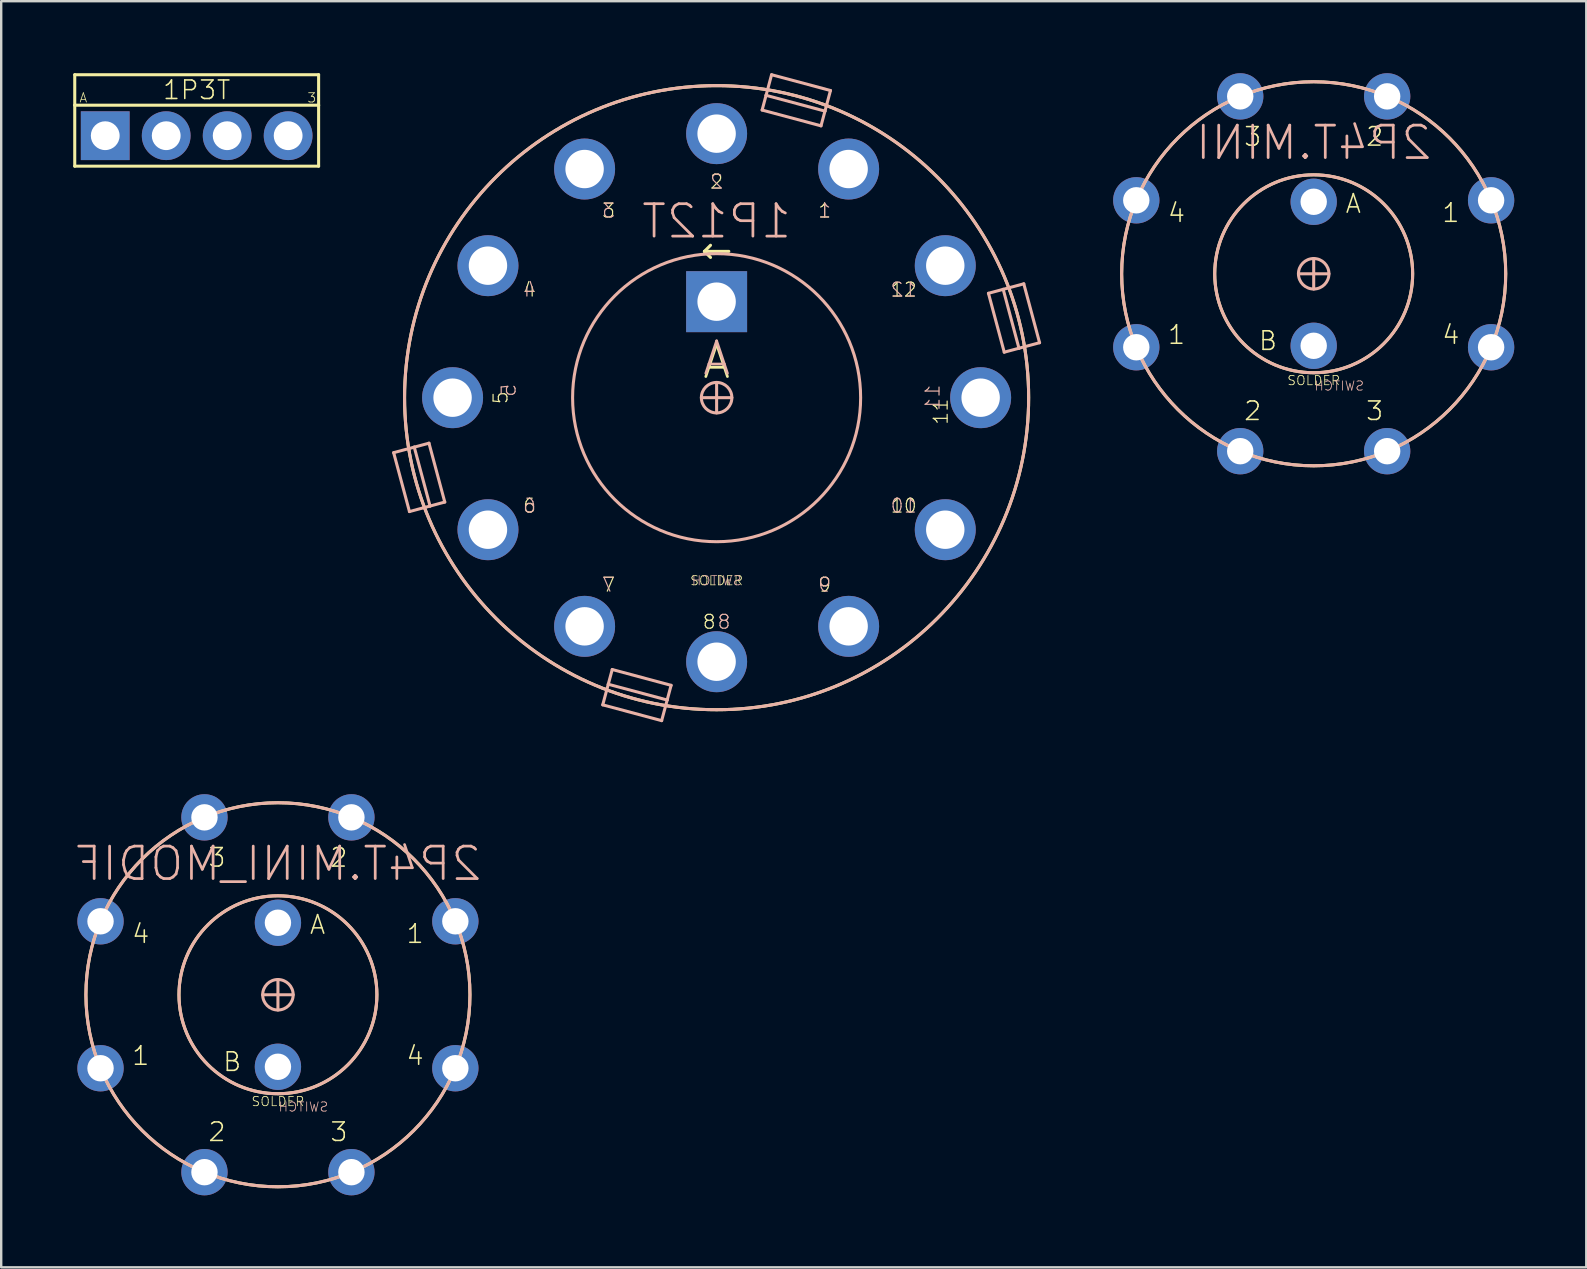
<source format=kicad_pcb>
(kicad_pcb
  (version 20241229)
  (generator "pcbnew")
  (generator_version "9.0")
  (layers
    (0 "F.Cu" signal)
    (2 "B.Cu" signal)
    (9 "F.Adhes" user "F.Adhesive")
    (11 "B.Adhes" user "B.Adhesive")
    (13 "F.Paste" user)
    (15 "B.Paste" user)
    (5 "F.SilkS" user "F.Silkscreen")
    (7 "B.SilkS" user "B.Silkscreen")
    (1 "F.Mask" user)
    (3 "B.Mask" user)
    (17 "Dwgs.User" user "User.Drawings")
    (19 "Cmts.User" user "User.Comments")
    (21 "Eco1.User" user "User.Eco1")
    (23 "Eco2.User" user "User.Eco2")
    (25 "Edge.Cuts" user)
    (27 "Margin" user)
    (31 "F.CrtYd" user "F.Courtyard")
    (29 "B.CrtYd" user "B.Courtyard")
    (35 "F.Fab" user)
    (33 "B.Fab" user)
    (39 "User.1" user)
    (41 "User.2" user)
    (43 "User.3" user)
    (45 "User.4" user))
  (footprint "2P4T.MINI_MODIF"
    (layer "F.Cu")
    (at 8.529 38.393)
    (property "Reference" "2P4T.MINI_MODIF" (at 0 -5.461 0) (layer "B.SilkS") (effects (font (size 1.351 1.351) (thickness 0.114)) (justify mirror)))
    (attr through_hole)
    (fp_circle (center 0 0) (end 4.123 0) (stroke (width 0.127) (type solid)) (fill no) (layer "F.SilkS"))
    (fp_circle (center 0 0) (end 8 0) (stroke (width 0.127) (type solid)) (fill no) (layer "F.SilkS"))
    (fp_line (start -0.635 0) (end 0.635 0) (stroke (width 0.127) (type solid)) (layer "B.SilkS"))
    (fp_line (start 0 -0.635) (end 0 0.635) (stroke (width 0.127) (type solid)) (layer "B.SilkS"))
    (fp_circle (center 0 0) (end 0.635 0) (stroke (width 0.127) (type solid)) (fill no) (layer "B.SilkS"))
    (fp_circle (center 0 0) (end 4.123 0) (stroke (width 0.127) (type solid)) (fill no) (layer "B.SilkS"))
    (fp_circle (center 0 0) (end 8 0) (stroke (width 0.127) (type solid)) (fill no) (layer "B.SilkS"))
    (fp_text user "2" (at 2.54 -5.715 0) (layer "F.SilkS") (effects (font (size 0.772 0.772) (thickness 0.065))))
    (fp_text user "B" (at -1.905 2.794 0) (layer "F.SilkS") (effects (font (size 0.772 0.772) (thickness 0.065))))
    (fp_text user "2" (at -2.54 5.715 0) (layer "F.SilkS") (effects (font (size 0.772 0.772) (thickness 0.065))))
    (fp_text user "4" (at 5.715 2.54 0) (layer "F.SilkS") (effects (font (size 0.772 0.772) (thickness 0.065))))
    (fp_text user "3" (at 2.54 5.715 0) (layer "F.SilkS") (effects (font (size 0.772 0.772) (thickness 0.065))))
    (fp_text user "3" (at -2.54 -5.715 0) (layer "F.SilkS") (effects (font (size 0.772 0.772) (thickness 0.065))))
    (fp_text user "1" (at -5.715 2.54 0) (layer "F.SilkS") (effects (font (size 0.772 0.772) (thickness 0.065))))
    (fp_text user "1" (at 5.715 -2.54 0) (layer "F.SilkS") (effects (font (size 0.772 0.772) (thickness 0.065))))
    (fp_text user "4" (at -5.715 -2.54 0) (layer "F.SilkS") (effects (font (size 0.772 0.772) (thickness 0.065))))
    (fp_text user "SOLDER" (at 0 4.445 0) (layer "F.SilkS") (effects (font (size 0.386 0.386) (thickness 0.033))))
    (fp_text user "A" (at 1.651 -2.921 0) (layer "F.SilkS") (effects (font (size 0.772 0.772) (thickness 0.065))))
    (fp_text user "SWITCH" (at 0 4.445 0) (layer "B.SilkS") (effects (font (size 0.386 0.386) (thickness 0.033)) (justify right top mirror)))
    (pad "1" thru_hole oval (at 0 -3) (size 1.93 1.93) (drill 1.1) (layers "*.Cu" "*.Mask"))
    (pad "2" thru_hole oval (at 7.391 -3.061 22.5) (size 1.93 1.93) (drill 1.1) (layers "*.Cu" "*.Mask"))
    (pad "3" thru_hole oval (at 3.061 -7.391 337.5) (size 1.93 1.93) (drill 1.1) (layers "*.Cu" "*.Mask"))
    (pad "4" thru_hole oval (at -3.061 -7.391 22.5) (size 1.93 1.93) (drill 1.1) (layers "*.Cu" "*.Mask"))
    (pad "5" thru_hole oval (at -7.391 -3.061 67.5) (size 1.93 1.93) (drill 1.1) (layers "*.Cu" "*.Mask"))
    (pad "6" thru_hole oval (at 0 3) (size 1.93 1.93) (drill 1.1) (layers "*.Cu" "*.Mask"))
    (pad "7" thru_hole oval (at -7.391 3.061 22.5) (size 1.93 1.93) (drill 1.1) (layers "*.Cu" "*.Mask"))
    (pad "8" thru_hole oval (at -3.061 7.391 157.5) (size 1.93 1.93) (drill 1.1) (layers "*.Cu" "*.Mask"))
    (pad "9" thru_hole oval (at 3.061 7.391 22.5) (size 1.93 1.93) (drill 1.1) (layers "*.Cu" "*.Mask"))
    (pad "10" thru_hole oval (at 7.391 3.061 247.5) (size 1.93 1.93) (drill 1.1) (layers "*.Cu" "*.Mask")))
  (footprint "1P3T"
    (layer "F.Cu")
    (at 5.144 2.603)
    (property "Reference" "1P3T" (at 0 -1.905 0) (layer "F.SilkS") (effects (font (size 0.772 0.772) (thickness 0.065))))
    (attr through_hole)
    (fp_line (start -5.08 -2.54) (end 5.08 -2.54) (stroke (width 0.127) (type solid)) (layer "F.SilkS"))
    (fp_line (start -5.08 -1.27) (end -5.08 -2.54) (stroke (width 0.127) (type solid)) (layer "F.SilkS"))
    (fp_line (start -5.08 -1.27) (end 5.08 -1.27) (stroke (width 0.127) (type solid)) (layer "F.SilkS"))
    (fp_line (start -5.08 1.27) (end -5.08 -1.27) (stroke (width 0.127) (type solid)) (layer "F.SilkS"))
    (fp_line (start 5.08 -2.54) (end 5.08 -1.27) (stroke (width 0.127) (type solid)) (layer "F.SilkS"))
    (fp_line (start 5.08 -1.27) (end 5.08 1.27) (stroke (width 0.127) (type solid)) (layer "F.SilkS"))
    (fp_line (start 5.08 1.27) (end -5.08 1.27) (stroke (width 0.127) (type solid)) (layer "F.SilkS"))
    (fp_text user "A" (at -4.723 -1.58 0) (layer "F.SilkS") (effects (font (size 0.386 0.386) (thickness 0.033))))
    (fp_text user "3" (at 4.793 -1.58 0) (layer "F.SilkS") (effects (font (size 0.386 0.386) (thickness 0.033))))
    (pad "1" thru_hole oval (at -1.27 0) (size 2.032 2.032) (drill 1.2) (layers "*.Cu" "*.Mask"))
    (pad "2" thru_hole oval (at 1.27 0) (size 2.032 2.032) (drill 1.2) (layers "*.Cu" "*.Mask"))
    (pad "3" thru_hole oval (at 3.81 0) (size 2.032 2.032) (drill 1.2) (layers "*.Cu" "*.Mask"))
    (pad "A" thru_hole rect (at -3.81 0) (size 2.032 2.032) (drill 1.2) (layers "*.Cu" "*.Mask")))
  (footprint "2P4T.MINI"
    (layer "F.Cu")
    (at 51.68 8.356)
    (property "Reference" "2P4T.MINI" (at 0 -5.461 0) (layer "B.SilkS") (effects (font (size 1.351 1.351) (thickness 0.114)) (justify mirror)))
    (attr through_hole)
    (fp_circle (center 0 0) (end 4.123 0) (stroke (width 0.127) (type solid)) (fill no) (layer "F.SilkS"))
    (fp_circle (center 0 0) (end 8 0) (stroke (width 0.127) (type solid)) (fill no) (layer "F.SilkS"))
    (fp_line (start -0.635 0) (end 0.635 0) (stroke (width 0.127) (type solid)) (layer "B.SilkS"))
    (fp_line (start 0 -0.635) (end 0 0.635) (stroke (width 0.127) (type solid)) (layer "B.SilkS"))
    (fp_circle (center 0 0) (end 0.635 0) (stroke (width 0.127) (type solid)) (fill no) (layer "B.SilkS"))
    (fp_circle (center 0 0) (end 4.123 0) (stroke (width 0.127) (type solid)) (fill no) (layer "B.SilkS"))
    (fp_circle (center 0 0) (end 8 0) (stroke (width 0.127) (type solid)) (fill no) (layer "B.SilkS"))
    (fp_text user "1" (at 5.715 -2.54 0) (layer "F.SilkS") (effects (font (size 0.772 0.772) (thickness 0.065))))
    (fp_text user "2" (at 2.54 -5.715 0) (layer "F.SilkS") (effects (font (size 0.772 0.772) (thickness 0.065))))
    (fp_text user "2" (at -2.54 5.715 0) (layer "F.SilkS") (effects (font (size 0.772 0.772) (thickness 0.065))))
    (fp_text user "3" (at -2.54 -5.715 0) (layer "F.SilkS") (effects (font (size 0.772 0.772) (thickness 0.065))))
    (fp_text user "4" (at -5.715 -2.54 0) (layer "F.SilkS") (effects (font (size 0.772 0.772) (thickness 0.065))))
    (fp_text user "SOLDER" (at 0 4.445 0) (layer "F.SilkS") (effects (font (size 0.386 0.386) (thickness 0.033))))
    (fp_text user "3" (at 2.54 5.715 0) (layer "F.SilkS") (effects (font (size 0.772 0.772) (thickness 0.065))))
    (fp_text user "4" (at 5.715 2.54 0) (layer "F.SilkS") (effects (font (size 0.772 0.772) (thickness 0.065))))
    (fp_text user "1" (at -5.715 2.54 0) (layer "F.SilkS") (effects (font (size 0.772 0.772) (thickness 0.065))))
    (fp_text user "B" (at -1.905 2.794 0) (layer "F.SilkS") (effects (font (size 0.772 0.772) (thickness 0.065))))
    (fp_text user "A" (at 1.651 -2.921 0) (layer "F.SilkS") (effects (font (size 0.772 0.772) (thickness 0.065))))
    (fp_text user "SWITCH" (at 0 4.445 0) (layer "B.SilkS") (effects (font (size 0.386 0.386) (thickness 0.033)) (justify right top mirror)))
    (pad "A" thru_hole oval (at 0 -3) (size 1.93 1.93) (drill 1.1) (layers "*.Cu" "*.Mask"))
    (pad "A1" thru_hole oval (at 7.391 -3.061 22.5) (size 1.93 1.93) (drill 1.1) (layers "*.Cu" "*.Mask"))
    (pad "A2" thru_hole oval (at 3.061 -7.391 337.5) (size 1.93 1.93) (drill 1.1) (layers "*.Cu" "*.Mask"))
    (pad "A3" thru_hole oval (at -3.061 -7.391 22.5) (size 1.93 1.93) (drill 1.1) (layers "*.Cu" "*.Mask"))
    (pad "A4" thru_hole oval (at -7.391 -3.061 67.5) (size 1.93 1.93) (drill 1.1) (layers "*.Cu" "*.Mask"))
    (pad "B" thru_hole oval (at 0 3) (size 1.93 1.93) (drill 1.1) (layers "*.Cu" "*.Mask"))
    (pad "B1" thru_hole oval (at -7.391 3.061 22.5) (size 1.93 1.93) (drill 1.1) (layers "*.Cu" "*.Mask"))
    (pad "B2" thru_hole oval (at -3.061 7.391 157.5) (size 1.93 1.93) (drill 1.1) (layers "*.Cu" "*.Mask"))
    (pad "B3" thru_hole oval (at 3.061 7.391 22.5) (size 1.93 1.93) (drill 1.1) (layers "*.Cu" "*.Mask"))
    (pad "B4" thru_hole oval (at 7.391 3.061 247.5) (size 1.93 1.93) (drill 1.1) (layers "*.Cu" "*.Mask")))
  (footprint "1P12T"
    (layer "F.Cu")
    (at 26.805 13.518)
    (property "Reference" "1P12T" (at 0 -7.35 0) (layer "B.SilkS") (effects (font (size 1.351 1.351) (thickness 0.114)) (justify mirror)))
    (attr through_hole)
    (fp_line (start -0.508 -6.096) (end -0.254 -6.35) (stroke (width 0.127) (type solid)) (layer "F.SilkS"))
    (fp_line (start -0.508 -6.096) (end -0.254 -5.842) (stroke (width 0.127) (type solid)) (layer "F.SilkS"))
    (fp_line (start 0.508 -6.096) (end -0.508 -6.096) (stroke (width 0.127) (type solid)) (layer "F.SilkS"))
    (fp_circle (center 0 0) (end 13 0) (stroke (width 0.127) (type solid)) (fill no) (layer "F.SilkS"))
    (fp_line (start -13.455 2.29) (end -12.596 2.06) (stroke (width 0.127) (type solid)) (layer "B.SilkS"))
    (fp_line (start -12.797 4.744) (end -13.455 2.29) (stroke (width 0.127) (type solid)) (layer "B.SilkS"))
    (fp_line (start -12.596 2.06) (end -11.983 1.896) (stroke (width 0.127) (type solid)) (layer "B.SilkS"))
    (fp_line (start -11.983 1.896) (end -11.325 4.349) (stroke (width 0.127) (type solid)) (layer "B.SilkS"))
    (fp_line (start -11.939 4.514) (end -12.797 4.744) (stroke (width 0.127) (type solid)) (layer "B.SilkS"))
    (fp_line (start -11.939 4.514) (end -12.596 2.06) (stroke (width 0.127) (type solid)) (layer "B.SilkS"))
    (fp_line (start -11.325 4.349) (end -11.939 4.514) (stroke (width 0.127) (type solid)) (layer "B.SilkS"))
    (fp_line (start -4.744 12.797) (end -4.514 11.939) (stroke (width 0.127) (type solid)) (layer "B.SilkS"))
    (fp_line (start -4.514 11.939) (end -4.349 11.325) (stroke (width 0.127) (type solid)) (layer "B.SilkS"))
    (fp_line (start -4.349 11.325) (end -1.896 11.983) (stroke (width 0.127) (type solid)) (layer "B.SilkS"))
    (fp_line (start -2.29 13.455) (end -4.744 12.797) (stroke (width 0.127) (type solid)) (layer "B.SilkS"))
    (fp_line (start -2.06 12.596) (end -4.514 11.939) (stroke (width 0.127) (type solid)) (layer "B.SilkS"))
    (fp_line (start -2.06 12.596) (end -2.29 13.455) (stroke (width 0.127) (type solid)) (layer "B.SilkS"))
    (fp_line (start -1.896 11.983) (end -2.06 12.596) (stroke (width 0.127) (type solid)) (layer "B.SilkS"))
    (fp_line (start -0.635 0) (end 0.635 0) (stroke (width 0.127) (type solid)) (layer "B.SilkS"))
    (fp_line (start 0 -0.635) (end 0 0.635) (stroke (width 0.127) (type solid)) (layer "B.SilkS"))
    (fp_line (start 1.896 -11.983) (end 2.06 -12.596) (stroke (width 0.127) (type solid)) (layer "B.SilkS"))
    (fp_line (start 2.06 -12.596) (end 2.29 -13.455) (stroke (width 0.127) (type solid)) (layer "B.SilkS"))
    (fp_line (start 2.06 -12.596) (end 4.514 -11.939) (stroke (width 0.127) (type solid)) (layer "B.SilkS"))
    (fp_line (start 2.29 -13.455) (end 4.744 -12.797) (stroke (width 0.127) (type solid)) (layer "B.SilkS"))
    (fp_line (start 4.349 -11.325) (end 1.896 -11.983) (stroke (width 0.127) (type solid)) (layer "B.SilkS"))
    (fp_line (start 4.514 -11.939) (end 4.349 -11.325) (stroke (width 0.127) (type solid)) (layer "B.SilkS"))
    (fp_line (start 4.744 -12.797) (end 4.514 -11.939) (stroke (width 0.127) (type solid)) (layer "B.SilkS"))
    (fp_line (start 11.325 -4.349) (end 11.939 -4.514) (stroke (width 0.127) (type solid)) (layer "B.SilkS"))
    (fp_line (start 11.939 -4.514) (end 12.596 -2.06) (stroke (width 0.127) (type solid)) (layer "B.SilkS"))
    (fp_line (start 11.939 -4.514) (end 12.797 -4.744) (stroke (width 0.127) (type solid)) (layer "B.SilkS"))
    (fp_line (start 11.983 -1.896) (end 11.325 -4.349) (stroke (width 0.127) (type solid)) (layer "B.SilkS"))
    (fp_line (start 12.596 -2.06) (end 11.983 -1.896) (stroke (width 0.127) (type solid)) (layer "B.SilkS"))
    (fp_line (start 12.797 -4.744) (end 13.455 -2.29) (stroke (width 0.127) (type solid)) (layer "B.SilkS"))
    (fp_line (start 13.455 -2.29) (end 12.596 -2.06) (stroke (width 0.127) (type solid)) (layer "B.SilkS"))
    (fp_circle (center 0 0) (end 0.635 0) (stroke (width 0.127) (type solid)) (fill no) (layer "B.SilkS"))
    (fp_circle (center 0 0) (end 6 0) (stroke (width 0.127) (type solid)) (fill no) (layer "B.SilkS"))
    (fp_circle (center 0 0) (end 13 0) (stroke (width 0.127) (type solid)) (fill no) (layer "B.SilkS"))
    (fp_text user "4" (at -7.794 -4.5 0) (layer "F.SilkS") (effects (font (size 0.579 0.579) (thickness 0.049))))
    (fp_text user "7" (at -4.5 7.794 0) (layer "F.SilkS") (effects (font (size 0.579 0.579) (thickness 0.049))))
    (fp_text user "A" (at 0 -1.5 0) (layer "F.SilkS") (effects (font (size 1.351 1.351) (thickness 0.114))))
    (fp_text user "6" (at -7.794 4.5 0) (layer "F.SilkS") (effects (font (size 0.579 0.579) (thickness 0.049))))
    (fp_text user "10" (at 7.794 4.5 0) (layer "F.SilkS") (effects (font (size 0.579 0.579) (thickness 0.049))))
    (fp_text user "12" (at 7.794 -4.5 0) (layer "F.SilkS") (effects (font (size 0.579 0.579) (thickness 0.049))))
    (fp_text user "2" (at 0 -9 0) (layer "F.SilkS") (effects (font (size 0.579 0.579) (thickness 0.049))))
    (fp_text user "9" (at 4.5 7.794 0) (layer "F.SilkS") (effects (font (size 0.579 0.579) (thickness 0.049))))
    (fp_text user "1" (at 4.5 -7.794 0) (layer "F.SilkS") (effects (font (size 0.579 0.579) (thickness 0.049))))
    (fp_text user "5" (at -9 0 90) (layer "F.SilkS") (effects (font (size 0.579 0.579) (thickness 0.049))))
    (fp_text user "11" (at 9 0 90) (layer "F.SilkS") (effects (font (size 0.579 0.579) (thickness 0.049)) (justify right top)))
    (fp_text user "3" (at -4.5 -7.794 0) (layer "F.SilkS") (effects (font (size 0.579 0.579) (thickness 0.049))))
    (fp_text user "SOLDER" (at 0 7.62 0) (layer "F.SilkS") (effects (font (size 0.386 0.386) (thickness 0.033))))
    (fp_text user "8" (at 0 9 0) (layer "F.SilkS") (effects (font (size 0.579 0.579) (thickness 0.049)) (justify right top)))
    (fp_text user "12" (at 7.794 -4.5 0) (layer "B.SilkS") (effects (font (size 0.579 0.579) (thickness 0.049)) (justify mirror)))
    (fp_text user "4" (at -7.794 -4.5 0) (layer "B.SilkS") (effects (font (size 0.579 0.579) (thickness 0.049)) (justify mirror)))
    (fp_text user "7" (at -4.5 7.794 0) (layer "B.SilkS") (effects (font (size 0.579 0.579) (thickness 0.049)) (justify mirror)))
    (fp_text user "6" (at -7.794 4.5 0) (layer "B.SilkS") (effects (font (size 0.579 0.579) (thickness 0.049)) (justify mirror)))
    (fp_text user "2" (at 0 -9 0) (layer "B.SilkS") (effects (font (size 0.579 0.579) (thickness 0.049)) (justify mirror)))
    (fp_text user "10" (at 7.794 4.5 0) (layer "B.SilkS") (effects (font (size 0.579 0.579) (thickness 0.049)) (justify mirror)))
    (fp_text user "11" (at 9 0 270) (layer "B.SilkS") (effects (font (size 0.579 0.579) (thickness 0.049)) (justify mirror)))
    (fp_text user "5" (at -9 0 270) (layer "B.SilkS") (effects (font (size 0.579 0.579) (thickness 0.049)) (justify right top mirror)))
    (fp_text user "A" (at 0 -1.635 0) (layer "B.SilkS") (effects (font (size 1.351 1.351) (thickness 0.114)) (justify mirror)))
    (fp_text user "SWITCH" (at 0 7.62 0) (layer "B.SilkS") (effects (font (size 0.386 0.386) (thickness 0.033)) (justify mirror)))
    (fp_text user "8" (at 0 9 0) (layer "B.SilkS") (effects (font (size 0.579 0.579) (thickness 0.049)) (justify right top mirror)))
    (fp_text user "3" (at -4.5 -7.794 0) (layer "B.SilkS") (effects (font (size 0.579 0.579) (thickness 0.049)) (justify mirror)))
    (fp_text user "1" (at 4.5 -7.794 0) (layer "B.SilkS") (effects (font (size 0.579 0.579) (thickness 0.049)) (justify mirror)))
    (fp_text user "9" (at 4.5 7.794 0) (layer "B.SilkS") (effects (font (size 0.579 0.579) (thickness 0.049)) (justify mirror)))
    (pad "1" thru_hole oval (at 5.5 -9.526 330) (size 2.54 2.54) (drill 1.6) (layers "*.Cu" "*.Mask"))
    (pad "2" thru_hole oval (at 0 -11) (size 2.54 2.54) (drill 1.6) (layers "*.Cu" "*.Mask"))
    (pad "3" thru_hole oval (at -5.5 -9.526 30) (size 2.54 2.54) (drill 1.6) (layers "*.Cu" "*.Mask"))
    (pad "4" thru_hole oval (at -9.526 -5.5 60) (size 2.54 2.54) (drill 1.6) (layers "*.Cu" "*.Mask"))
    (pad "5" thru_hole oval (at -11 0 90) (size 2.54 2.54) (drill 1.6) (layers "*.Cu" "*.Mask"))
    (pad "6" thru_hole oval (at -9.526 5.5 120) (size 2.54 2.54) (drill 1.6) (layers "*.Cu" "*.Mask"))
    (pad "7" thru_hole oval (at -5.5 9.526 150) (size 2.54 2.54) (drill 1.6) (layers "*.Cu" "*.Mask"))
    (pad "8" thru_hole oval (at 0 11 180) (size 2.54 2.54) (drill 1.6) (layers "*.Cu" "*.Mask"))
    (pad "9" thru_hole oval (at 5.5 9.526 210) (size 2.54 2.54) (drill 1.6) (layers "*.Cu" "*.Mask"))
    (pad "10" thru_hole oval (at 9.526 5.5 240) (size 2.54 2.54) (drill 1.6) (layers "*.Cu" "*.Mask"))
    (pad "11" thru_hole oval (at 11 0 270) (size 2.54 2.54) (drill 1.6) (layers "*.Cu" "*.Mask"))
    (pad "12" thru_hole oval (at 9.526 -5.5 300) (size 2.54 2.54) (drill 1.6) (layers "*.Cu" "*.Mask"))
    (pad "A" thru_hole rect (at 0 -4) (size 2.54 2.54) (drill 1.6) (layers "*.Cu" "*.Mask")))
  (gr_rect
    (start -3 -3)
    (end 63.036 49.749)
    (stroke (width 0.1) (type default))
    (fill no)
    (layer "Edge.Cuts")))
</source>
